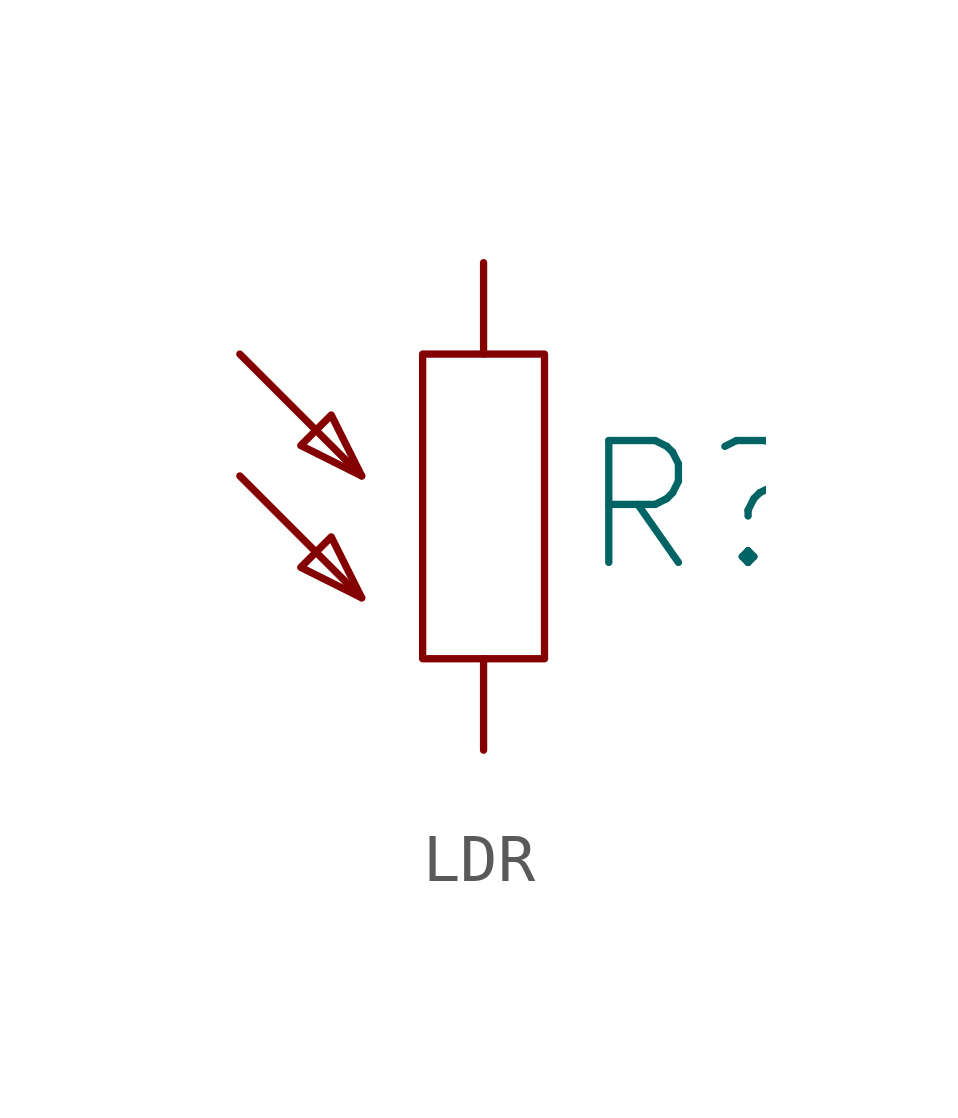
<source format=kicad_sym>
(kicad_symbol_lib
  (version 20220914)
  (generator kicad_symbol_editor)
  (symbol "LDR"
    (pin_names
      (offset 1.016))
    (property "Reference" "R"
      (at 1.905 -5.08 0)
      (effects (font (size 2.54 2.54)) (justify left)))
    (symbol "LDR_0_1"
      (rectangle (start -1.27 -1.905) (end 1.27 -8.255) (stroke (width 0) (type default)) (fill (type none)))
      (polyline (pts (xy -2.54 -6.985) (xy -5.08 -4.445)) (stroke (width 0) (type default)) (fill (type none)))
      (polyline (pts (xy -2.54 -4.445) (xy -5.08 -1.905)) (stroke (width 0) (type default)) (fill (type none)))
      (polyline (pts (xy -2.54 -6.985) (xy -3.175 -5.715) (xy -3.81 -6.35) (xy -2.54 -6.985)) (stroke (width 0) (type default)) (fill (type none)))
      (polyline (pts (xy -2.54 -4.445) (xy -3.175 -3.175) (xy -3.81 -3.81) (xy -2.54 -4.445)) (stroke (width 0) (type default)) (fill (type none))))
    (symbol "LDR_1_1"
      (pin input line (at 0 -10.16 90) (length 1.905) (name "" (effects (font (size 1.27 1.27)))) (number "" (effects (font (size 1.143 1.143)))))
      (pin input line (at 0 0 270) (length 1.905) (name "" (effects (font (size 1.27 1.27)))) (number "" (effects (font (size 1.143 1.143))))))))
</source>
